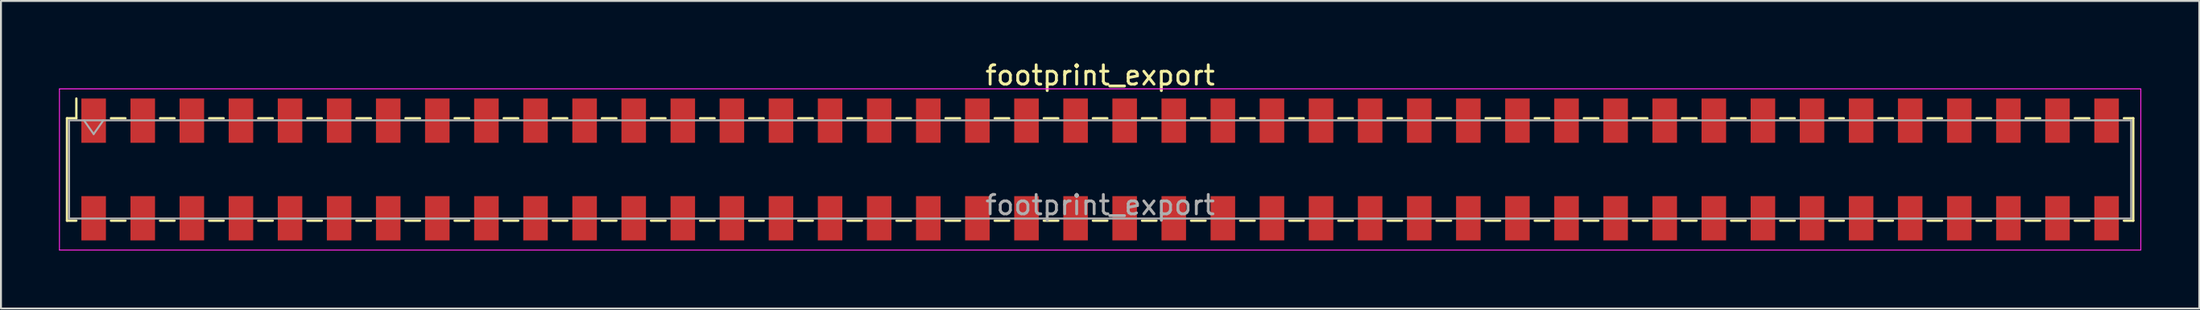
<source format=kicad_pcb>
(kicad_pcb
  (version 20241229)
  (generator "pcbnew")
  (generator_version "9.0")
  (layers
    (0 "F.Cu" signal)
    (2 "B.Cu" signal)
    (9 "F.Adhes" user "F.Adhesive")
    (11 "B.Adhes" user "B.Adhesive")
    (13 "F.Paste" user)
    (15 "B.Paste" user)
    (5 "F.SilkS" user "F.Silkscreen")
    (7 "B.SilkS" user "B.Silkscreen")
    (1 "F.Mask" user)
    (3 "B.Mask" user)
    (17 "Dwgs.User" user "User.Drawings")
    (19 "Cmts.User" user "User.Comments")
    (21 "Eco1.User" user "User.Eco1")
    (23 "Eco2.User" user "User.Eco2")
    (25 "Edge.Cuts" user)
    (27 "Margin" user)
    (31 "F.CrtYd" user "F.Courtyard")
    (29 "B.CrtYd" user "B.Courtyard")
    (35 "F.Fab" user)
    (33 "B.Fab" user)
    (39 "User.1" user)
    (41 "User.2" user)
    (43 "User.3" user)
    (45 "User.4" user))
  (footprint "footprint_export"
    (layer "F.Cu")
    (at 53.865 5.718)
    (property "Reference" "footprint_export" (at 0 -4.87 0) (layer "F.SilkS") (effects (font (size 1 1) (thickness 0.15))))
    (attr smd)
    (fp_line (start -53.45 -2.65) (end -53.45 2.65) (stroke (width 0.12) (type solid)) (layer "F.SilkS"))
    (fp_line (start -53.45 2.65) (end -52.965 2.65) (stroke (width 0.12) (type solid)) (layer "F.SilkS"))
    (fp_line (start -52.965 -3.67) (end -52.965 -2.65) (stroke (width 0.12) (type solid)) (layer "F.SilkS"))
    (fp_line (start -52.965 -2.65) (end -53.45 -2.65) (stroke (width 0.12) (type solid)) (layer "F.SilkS"))
    (fp_line (start -51.175 -2.65) (end -50.425 -2.65) (stroke (width 0.12) (type solid)) (layer "F.SilkS"))
    (fp_line (start -51.175 2.65) (end -50.425 2.65) (stroke (width 0.12) (type solid)) (layer "F.SilkS"))
    (fp_line (start -48.635 -2.65) (end -47.885 -2.65) (stroke (width 0.12) (type solid)) (layer "F.SilkS"))
    (fp_line (start -48.635 2.65) (end -47.885 2.65) (stroke (width 0.12) (type solid)) (layer "F.SilkS"))
    (fp_line (start -46.095 -2.65) (end -45.345 -2.65) (stroke (width 0.12) (type solid)) (layer "F.SilkS"))
    (fp_line (start -46.095 2.65) (end -45.345 2.65) (stroke (width 0.12) (type solid)) (layer "F.SilkS"))
    (fp_line (start -43.555 -2.65) (end -42.805 -2.65) (stroke (width 0.12) (type solid)) (layer "F.SilkS"))
    (fp_line (start -43.555 2.65) (end -42.805 2.65) (stroke (width 0.12) (type solid)) (layer "F.SilkS"))
    (fp_line (start -41.015 -2.65) (end -40.265 -2.65) (stroke (width 0.12) (type solid)) (layer "F.SilkS"))
    (fp_line (start -41.015 2.65) (end -40.265 2.65) (stroke (width 0.12) (type solid)) (layer "F.SilkS"))
    (fp_line (start -38.475 -2.65) (end -37.725 -2.65) (stroke (width 0.12) (type solid)) (layer "F.SilkS"))
    (fp_line (start -38.475 2.65) (end -37.725 2.65) (stroke (width 0.12) (type solid)) (layer "F.SilkS"))
    (fp_line (start -35.935 -2.65) (end -35.185 -2.65) (stroke (width 0.12) (type solid)) (layer "F.SilkS"))
    (fp_line (start -35.935 2.65) (end -35.185 2.65) (stroke (width 0.12) (type solid)) (layer "F.SilkS"))
    (fp_line (start -33.395 -2.65) (end -32.645 -2.65) (stroke (width 0.12) (type solid)) (layer "F.SilkS"))
    (fp_line (start -33.395 2.65) (end -32.645 2.65) (stroke (width 0.12) (type solid)) (layer "F.SilkS"))
    (fp_line (start -30.855 -2.65) (end -30.105 -2.65) (stroke (width 0.12) (type solid)) (layer "F.SilkS"))
    (fp_line (start -30.855 2.65) (end -30.105 2.65) (stroke (width 0.12) (type solid)) (layer "F.SilkS"))
    (fp_line (start -28.315 -2.65) (end -27.565 -2.65) (stroke (width 0.12) (type solid)) (layer "F.SilkS"))
    (fp_line (start -28.315 2.65) (end -27.565 2.65) (stroke (width 0.12) (type solid)) (layer "F.SilkS"))
    (fp_line (start -25.775 -2.65) (end -25.025 -2.65) (stroke (width 0.12) (type solid)) (layer "F.SilkS"))
    (fp_line (start -25.775 2.65) (end -25.025 2.65) (stroke (width 0.12) (type solid)) (layer "F.SilkS"))
    (fp_line (start -23.235 -2.65) (end -22.485 -2.65) (stroke (width 0.12) (type solid)) (layer "F.SilkS"))
    (fp_line (start -23.235 2.65) (end -22.485 2.65) (stroke (width 0.12) (type solid)) (layer "F.SilkS"))
    (fp_line (start -20.695 -2.65) (end -19.945 -2.65) (stroke (width 0.12) (type solid)) (layer "F.SilkS"))
    (fp_line (start -20.695 2.65) (end -19.945 2.65) (stroke (width 0.12) (type solid)) (layer "F.SilkS"))
    (fp_line (start -18.155 -2.65) (end -17.405 -2.65) (stroke (width 0.12) (type solid)) (layer "F.SilkS"))
    (fp_line (start -18.155 2.65) (end -17.405 2.65) (stroke (width 0.12) (type solid)) (layer "F.SilkS"))
    (fp_line (start -15.615 -2.65) (end -14.865 -2.65) (stroke (width 0.12) (type solid)) (layer "F.SilkS"))
    (fp_line (start -15.615 2.65) (end -14.865 2.65) (stroke (width 0.12) (type solid)) (layer "F.SilkS"))
    (fp_line (start -13.075 -2.65) (end -12.325 -2.65) (stroke (width 0.12) (type solid)) (layer "F.SilkS"))
    (fp_line (start -13.075 2.65) (end -12.325 2.65) (stroke (width 0.12) (type solid)) (layer "F.SilkS"))
    (fp_line (start -10.535 -2.65) (end -9.785 -2.65) (stroke (width 0.12) (type solid)) (layer "F.SilkS"))
    (fp_line (start -10.535 2.65) (end -9.785 2.65) (stroke (width 0.12) (type solid)) (layer "F.SilkS"))
    (fp_line (start -7.995 -2.65) (end -7.245 -2.65) (stroke (width 0.12) (type solid)) (layer "F.SilkS"))
    (fp_line (start -7.995 2.65) (end -7.245 2.65) (stroke (width 0.12) (type solid)) (layer "F.SilkS"))
    (fp_line (start -5.455 -2.65) (end -4.705 -2.65) (stroke (width 0.12) (type solid)) (layer "F.SilkS"))
    (fp_line (start -5.455 2.65) (end -4.705 2.65) (stroke (width 0.12) (type solid)) (layer "F.SilkS"))
    (fp_line (start -2.915 -2.65) (end -2.165 -2.65) (stroke (width 0.12) (type solid)) (layer "F.SilkS"))
    (fp_line (start -2.915 2.65) (end -2.165 2.65) (stroke (width 0.12) (type solid)) (layer "F.SilkS"))
    (fp_line (start -0.375 -2.65) (end 0.375 -2.65) (stroke (width 0.12) (type solid)) (layer "F.SilkS"))
    (fp_line (start -0.375 2.65) (end 0.375 2.65) (stroke (width 0.12) (type solid)) (layer "F.SilkS"))
    (fp_line (start 2.165 -2.65) (end 2.915 -2.65) (stroke (width 0.12) (type solid)) (layer "F.SilkS"))
    (fp_line (start 2.165 2.65) (end 2.915 2.65) (stroke (width 0.12) (type solid)) (layer "F.SilkS"))
    (fp_line (start 4.705 -2.65) (end 5.455 -2.65) (stroke (width 0.12) (type solid)) (layer "F.SilkS"))
    (fp_line (start 4.705 2.65) (end 5.455 2.65) (stroke (width 0.12) (type solid)) (layer "F.SilkS"))
    (fp_line (start 7.245 -2.65) (end 7.995 -2.65) (stroke (width 0.12) (type solid)) (layer "F.SilkS"))
    (fp_line (start 7.245 2.65) (end 7.995 2.65) (stroke (width 0.12) (type solid)) (layer "F.SilkS"))
    (fp_line (start 9.785 -2.65) (end 10.535 -2.65) (stroke (width 0.12) (type solid)) (layer "F.SilkS"))
    (fp_line (start 9.785 2.65) (end 10.535 2.65) (stroke (width 0.12) (type solid)) (layer "F.SilkS"))
    (fp_line (start 12.325 -2.65) (end 13.075 -2.65) (stroke (width 0.12) (type solid)) (layer "F.SilkS"))
    (fp_line (start 12.325 2.65) (end 13.075 2.65) (stroke (width 0.12) (type solid)) (layer "F.SilkS"))
    (fp_line (start 14.865 -2.65) (end 15.615 -2.65) (stroke (width 0.12) (type solid)) (layer "F.SilkS"))
    (fp_line (start 14.865 2.65) (end 15.615 2.65) (stroke (width 0.12) (type solid)) (layer "F.SilkS"))
    (fp_line (start 17.405 -2.65) (end 18.155 -2.65) (stroke (width 0.12) (type solid)) (layer "F.SilkS"))
    (fp_line (start 17.405 2.65) (end 18.155 2.65) (stroke (width 0.12) (type solid)) (layer "F.SilkS"))
    (fp_line (start 19.945 -2.65) (end 20.695 -2.65) (stroke (width 0.12) (type solid)) (layer "F.SilkS"))
    (fp_line (start 19.945 2.65) (end 20.695 2.65) (stroke (width 0.12) (type solid)) (layer "F.SilkS"))
    (fp_line (start 22.485 -2.65) (end 23.235 -2.65) (stroke (width 0.12) (type solid)) (layer "F.SilkS"))
    (fp_line (start 22.485 2.65) (end 23.235 2.65) (stroke (width 0.12) (type solid)) (layer "F.SilkS"))
    (fp_line (start 25.025 -2.65) (end 25.775 -2.65) (stroke (width 0.12) (type solid)) (layer "F.SilkS"))
    (fp_line (start 25.025 2.65) (end 25.775 2.65) (stroke (width 0.12) (type solid)) (layer "F.SilkS"))
    (fp_line (start 27.565 -2.65) (end 28.315 -2.65) (stroke (width 0.12) (type solid)) (layer "F.SilkS"))
    (fp_line (start 27.565 2.65) (end 28.315 2.65) (stroke (width 0.12) (type solid)) (layer "F.SilkS"))
    (fp_line (start 30.105 -2.65) (end 30.855 -2.65) (stroke (width 0.12) (type solid)) (layer "F.SilkS"))
    (fp_line (start 30.105 2.65) (end 30.855 2.65) (stroke (width 0.12) (type solid)) (layer "F.SilkS"))
    (fp_line (start 32.645 -2.65) (end 33.395 -2.65) (stroke (width 0.12) (type solid)) (layer "F.SilkS"))
    (fp_line (start 32.645 2.65) (end 33.395 2.65) (stroke (width 0.12) (type solid)) (layer "F.SilkS"))
    (fp_line (start 35.185 -2.65) (end 35.935 -2.65) (stroke (width 0.12) (type solid)) (layer "F.SilkS"))
    (fp_line (start 35.185 2.65) (end 35.935 2.65) (stroke (width 0.12) (type solid)) (layer "F.SilkS"))
    (fp_line (start 37.725 -2.65) (end 38.475 -2.65) (stroke (width 0.12) (type solid)) (layer "F.SilkS"))
    (fp_line (start 37.725 2.65) (end 38.475 2.65) (stroke (width 0.12) (type solid)) (layer "F.SilkS"))
    (fp_line (start 40.265 -2.65) (end 41.015 -2.65) (stroke (width 0.12) (type solid)) (layer "F.SilkS"))
    (fp_line (start 40.265 2.65) (end 41.015 2.65) (stroke (width 0.12) (type solid)) (layer "F.SilkS"))
    (fp_line (start 42.805 -2.65) (end 43.555 -2.65) (stroke (width 0.12) (type solid)) (layer "F.SilkS"))
    (fp_line (start 42.805 2.65) (end 43.555 2.65) (stroke (width 0.12) (type solid)) (layer "F.SilkS"))
    (fp_line (start 45.345 -2.65) (end 46.095 -2.65) (stroke (width 0.12) (type solid)) (layer "F.SilkS"))
    (fp_line (start 45.345 2.65) (end 46.095 2.65) (stroke (width 0.12) (type solid)) (layer "F.SilkS"))
    (fp_line (start 47.885 -2.65) (end 48.635 -2.65) (stroke (width 0.12) (type solid)) (layer "F.SilkS"))
    (fp_line (start 47.885 2.65) (end 48.635 2.65) (stroke (width 0.12) (type solid)) (layer "F.SilkS"))
    (fp_line (start 50.425 -2.65) (end 51.175 -2.65) (stroke (width 0.12) (type solid)) (layer "F.SilkS"))
    (fp_line (start 50.425 2.65) (end 51.175 2.65) (stroke (width 0.12) (type solid)) (layer "F.SilkS"))
    (fp_line (start 52.965 -2.65) (end 53.45 -2.65) (stroke (width 0.12) (type solid)) (layer "F.SilkS"))
    (fp_line (start 53.45 -2.65) (end 53.45 2.65) (stroke (width 0.12) (type solid)) (layer "F.SilkS"))
    (fp_line (start 53.45 2.65) (end 52.965 2.65) (stroke (width 0.12) (type solid)) (layer "F.SilkS"))
    (fp_line (start -53.84 -4.17) (end 53.84 -4.17) (stroke (width 0.05) (type solid)) (layer "F.CrtYd"))
    (fp_line (start -53.84 4.17) (end -53.84 -4.17) (stroke (width 0.05) (type solid)) (layer "F.CrtYd"))
    (fp_line (start 53.84 -4.17) (end 53.84 4.17) (stroke (width 0.05) (type solid)) (layer "F.CrtYd"))
    (fp_line (start 53.84 4.17) (end -53.84 4.17) (stroke (width 0.05) (type solid)) (layer "F.CrtYd"))
    (fp_line (start -53.34 -2.54) (end 53.34 -2.54) (stroke (width 0.1) (type solid)) (layer "F.Fab"))
    (fp_line (start -53.34 2.54) (end -53.34 -2.54) (stroke (width 0.1) (type solid)) (layer "F.Fab"))
    (fp_line (start -52.57 -2.54) (end -52.07 -1.833) (stroke (width 0.1) (type solid)) (layer "F.Fab"))
    (fp_line (start -52.07 -1.833) (end -51.57 -2.54) (stroke (width 0.1) (type solid)) (layer "F.Fab"))
    (fp_line (start 53.34 -2.54) (end 53.34 2.54) (stroke (width 0.1) (type solid)) (layer "F.Fab"))
    (fp_line (start 53.34 2.54) (end -53.34 2.54) (stroke (width 0.1) (type solid)) (layer "F.Fab"))
    (fp_text user "${REFERENCE}" (at 0 1.84 0) (layer "F.Fab") (effects (font (size 1 1) (thickness 0.15))))
    (pad "1" smd rect (at -52.07 -2.525) (size 1.27 2.29) (layers "F.Cu" "F.Mask" "F.Paste"))
    (pad "2" smd rect (at -52.07 2.525) (size 1.27 2.29) (layers "F.Cu" "F.Mask" "F.Paste"))
    (pad "3" smd rect (at -49.53 -2.525) (size 1.27 2.29) (layers "F.Cu" "F.Mask" "F.Paste"))
    (pad "4" smd rect (at -49.53 2.525) (size 1.27 2.29) (layers "F.Cu" "F.Mask" "F.Paste"))
    (pad "5" smd rect (at -46.99 -2.525) (size 1.27 2.29) (layers "F.Cu" "F.Mask" "F.Paste"))
    (pad "6" smd rect (at -46.99 2.525) (size 1.27 2.29) (layers "F.Cu" "F.Mask" "F.Paste"))
    (pad "7" smd rect (at -44.45 -2.525) (size 1.27 2.29) (layers "F.Cu" "F.Mask" "F.Paste"))
    (pad "8" smd rect (at -44.45 2.525) (size 1.27 2.29) (layers "F.Cu" "F.Mask" "F.Paste"))
    (pad "9" smd rect (at -41.91 -2.525) (size 1.27 2.29) (layers "F.Cu" "F.Mask" "F.Paste"))
    (pad "10" smd rect (at -41.91 2.525) (size 1.27 2.29) (layers "F.Cu" "F.Mask" "F.Paste"))
    (pad "11" smd rect (at -39.37 -2.525) (size 1.27 2.29) (layers "F.Cu" "F.Mask" "F.Paste"))
    (pad "12" smd rect (at -39.37 2.525) (size 1.27 2.29) (layers "F.Cu" "F.Mask" "F.Paste"))
    (pad "13" smd rect (at -36.83 -2.525) (size 1.27 2.29) (layers "F.Cu" "F.Mask" "F.Paste"))
    (pad "14" smd rect (at -36.83 2.525) (size 1.27 2.29) (layers "F.Cu" "F.Mask" "F.Paste"))
    (pad "15" smd rect (at -34.29 -2.525) (size 1.27 2.29) (layers "F.Cu" "F.Mask" "F.Paste"))
    (pad "16" smd rect (at -34.29 2.525) (size 1.27 2.29) (layers "F.Cu" "F.Mask" "F.Paste"))
    (pad "17" smd rect (at -31.75 -2.525) (size 1.27 2.29) (layers "F.Cu" "F.Mask" "F.Paste"))
    (pad "18" smd rect (at -31.75 2.525) (size 1.27 2.29) (layers "F.Cu" "F.Mask" "F.Paste"))
    (pad "19" smd rect (at -29.21 -2.525) (size 1.27 2.29) (layers "F.Cu" "F.Mask" "F.Paste"))
    (pad "20" smd rect (at -29.21 2.525) (size 1.27 2.29) (layers "F.Cu" "F.Mask" "F.Paste"))
    (pad "21" smd rect (at -26.67 -2.525) (size 1.27 2.29) (layers "F.Cu" "F.Mask" "F.Paste"))
    (pad "22" smd rect (at -26.67 2.525) (size 1.27 2.29) (layers "F.Cu" "F.Mask" "F.Paste"))
    (pad "23" smd rect (at -24.13 -2.525) (size 1.27 2.29) (layers "F.Cu" "F.Mask" "F.Paste"))
    (pad "24" smd rect (at -24.13 2.525) (size 1.27 2.29) (layers "F.Cu" "F.Mask" "F.Paste"))
    (pad "25" smd rect (at -21.59 -2.525) (size 1.27 2.29) (layers "F.Cu" "F.Mask" "F.Paste"))
    (pad "26" smd rect (at -21.59 2.525) (size 1.27 2.29) (layers "F.Cu" "F.Mask" "F.Paste"))
    (pad "27" smd rect (at -19.05 -2.525) (size 1.27 2.29) (layers "F.Cu" "F.Mask" "F.Paste"))
    (pad "28" smd rect (at -19.05 2.525) (size 1.27 2.29) (layers "F.Cu" "F.Mask" "F.Paste"))
    (pad "29" smd rect (at -16.51 -2.525) (size 1.27 2.29) (layers "F.Cu" "F.Mask" "F.Paste"))
    (pad "30" smd rect (at -16.51 2.525) (size 1.27 2.29) (layers "F.Cu" "F.Mask" "F.Paste"))
    (pad "31" smd rect (at -13.97 -2.525) (size 1.27 2.29) (layers "F.Cu" "F.Mask" "F.Paste"))
    (pad "32" smd rect (at -13.97 2.525) (size 1.27 2.29) (layers "F.Cu" "F.Mask" "F.Paste"))
    (pad "33" smd rect (at -11.43 -2.525) (size 1.27 2.29) (layers "F.Cu" "F.Mask" "F.Paste"))
    (pad "34" smd rect (at -11.43 2.525) (size 1.27 2.29) (layers "F.Cu" "F.Mask" "F.Paste"))
    (pad "35" smd rect (at -8.89 -2.525) (size 1.27 2.29) (layers "F.Cu" "F.Mask" "F.Paste"))
    (pad "36" smd rect (at -8.89 2.525) (size 1.27 2.29) (layers "F.Cu" "F.Mask" "F.Paste"))
    (pad "37" smd rect (at -6.35 -2.525) (size 1.27 2.29) (layers "F.Cu" "F.Mask" "F.Paste"))
    (pad "38" smd rect (at -6.35 2.525) (size 1.27 2.29) (layers "F.Cu" "F.Mask" "F.Paste"))
    (pad "39" smd rect (at -3.81 -2.525) (size 1.27 2.29) (layers "F.Cu" "F.Mask" "F.Paste"))
    (pad "40" smd rect (at -3.81 2.525) (size 1.27 2.29) (layers "F.Cu" "F.Mask" "F.Paste"))
    (pad "41" smd rect (at -1.27 -2.525) (size 1.27 2.29) (layers "F.Cu" "F.Mask" "F.Paste"))
    (pad "42" smd rect (at -1.27 2.525) (size 1.27 2.29) (layers "F.Cu" "F.Mask" "F.Paste"))
    (pad "43" smd rect (at 1.27 -2.525) (size 1.27 2.29) (layers "F.Cu" "F.Mask" "F.Paste"))
    (pad "44" smd rect (at 1.27 2.525) (size 1.27 2.29) (layers "F.Cu" "F.Mask" "F.Paste"))
    (pad "45" smd rect (at 3.81 -2.525) (size 1.27 2.29) (layers "F.Cu" "F.Mask" "F.Paste"))
    (pad "46" smd rect (at 3.81 2.525) (size 1.27 2.29) (layers "F.Cu" "F.Mask" "F.Paste"))
    (pad "47" smd rect (at 6.35 -2.525) (size 1.27 2.29) (layers "F.Cu" "F.Mask" "F.Paste"))
    (pad "48" smd rect (at 6.35 2.525) (size 1.27 2.29) (layers "F.Cu" "F.Mask" "F.Paste"))
    (pad "49" smd rect (at 8.89 -2.525) (size 1.27 2.29) (layers "F.Cu" "F.Mask" "F.Paste"))
    (pad "50" smd rect (at 8.89 2.525) (size 1.27 2.29) (layers "F.Cu" "F.Mask" "F.Paste"))
    (pad "51" smd rect (at 11.43 -2.525) (size 1.27 2.29) (layers "F.Cu" "F.Mask" "F.Paste"))
    (pad "52" smd rect (at 11.43 2.525) (size 1.27 2.29) (layers "F.Cu" "F.Mask" "F.Paste"))
    (pad "53" smd rect (at 13.97 -2.525) (size 1.27 2.29) (layers "F.Cu" "F.Mask" "F.Paste"))
    (pad "54" smd rect (at 13.97 2.525) (size 1.27 2.29) (layers "F.Cu" "F.Mask" "F.Paste"))
    (pad "55" smd rect (at 16.51 -2.525) (size 1.27 2.29) (layers "F.Cu" "F.Mask" "F.Paste"))
    (pad "56" smd rect (at 16.51 2.525) (size 1.27 2.29) (layers "F.Cu" "F.Mask" "F.Paste"))
    (pad "57" smd rect (at 19.05 -2.525) (size 1.27 2.29) (layers "F.Cu" "F.Mask" "F.Paste"))
    (pad "58" smd rect (at 19.05 2.525) (size 1.27 2.29) (layers "F.Cu" "F.Mask" "F.Paste"))
    (pad "59" smd rect (at 21.59 -2.525) (size 1.27 2.29) (layers "F.Cu" "F.Mask" "F.Paste"))
    (pad "60" smd rect (at 21.59 2.525) (size 1.27 2.29) (layers "F.Cu" "F.Mask" "F.Paste"))
    (pad "61" smd rect (at 24.13 -2.525) (size 1.27 2.29) (layers "F.Cu" "F.Mask" "F.Paste"))
    (pad "62" smd rect (at 24.13 2.525) (size 1.27 2.29) (layers "F.Cu" "F.Mask" "F.Paste"))
    (pad "63" smd rect (at 26.67 -2.525) (size 1.27 2.29) (layers "F.Cu" "F.Mask" "F.Paste"))
    (pad "64" smd rect (at 26.67 2.525) (size 1.27 2.29) (layers "F.Cu" "F.Mask" "F.Paste"))
    (pad "65" smd rect (at 29.21 -2.525) (size 1.27 2.29) (layers "F.Cu" "F.Mask" "F.Paste"))
    (pad "66" smd rect (at 29.21 2.525) (size 1.27 2.29) (layers "F.Cu" "F.Mask" "F.Paste"))
    (pad "67" smd rect (at 31.75 -2.525) (size 1.27 2.29) (layers "F.Cu" "F.Mask" "F.Paste"))
    (pad "68" smd rect (at 31.75 2.525) (size 1.27 2.29) (layers "F.Cu" "F.Mask" "F.Paste"))
    (pad "69" smd rect (at 34.29 -2.525) (size 1.27 2.29) (layers "F.Cu" "F.Mask" "F.Paste"))
    (pad "70" smd rect (at 34.29 2.525) (size 1.27 2.29) (layers "F.Cu" "F.Mask" "F.Paste"))
    (pad "71" smd rect (at 36.83 -2.525) (size 1.27 2.29) (layers "F.Cu" "F.Mask" "F.Paste"))
    (pad "72" smd rect (at 36.83 2.525) (size 1.27 2.29) (layers "F.Cu" "F.Mask" "F.Paste"))
    (pad "73" smd rect (at 39.37 -2.525) (size 1.27 2.29) (layers "F.Cu" "F.Mask" "F.Paste"))
    (pad "74" smd rect (at 39.37 2.525) (size 1.27 2.29) (layers "F.Cu" "F.Mask" "F.Paste"))
    (pad "75" smd rect (at 41.91 -2.525) (size 1.27 2.29) (layers "F.Cu" "F.Mask" "F.Paste"))
    (pad "76" smd rect (at 41.91 2.525) (size 1.27 2.29) (layers "F.Cu" "F.Mask" "F.Paste"))
    (pad "77" smd rect (at 44.45 -2.525) (size 1.27 2.29) (layers "F.Cu" "F.Mask" "F.Paste"))
    (pad "78" smd rect (at 44.45 2.525) (size 1.27 2.29) (layers "F.Cu" "F.Mask" "F.Paste"))
    (pad "79" smd rect (at 46.99 -2.525) (size 1.27 2.29) (layers "F.Cu" "F.Mask" "F.Paste"))
    (pad "80" smd rect (at 46.99 2.525) (size 1.27 2.29) (layers "F.Cu" "F.Mask" "F.Paste"))
    (pad "81" smd rect (at 49.53 -2.525) (size 1.27 2.29) (layers "F.Cu" "F.Mask" "F.Paste"))
    (pad "82" smd rect (at 49.53 2.525) (size 1.27 2.29) (layers "F.Cu" "F.Mask" "F.Paste"))
    (pad "83" smd rect (at 52.07 -2.525) (size 1.27 2.29) (layers "F.Cu" "F.Mask" "F.Paste"))
    (pad "84" smd rect (at 52.07 2.525) (size 1.27 2.29) (layers "F.Cu" "F.Mask" "F.Paste")))
  (gr_rect
    (start -3 -3)
    (end 110.73 12.913)
    (stroke (width 0.1) (type default))
    (fill no)
    (layer "Edge.Cuts")))
</source>
